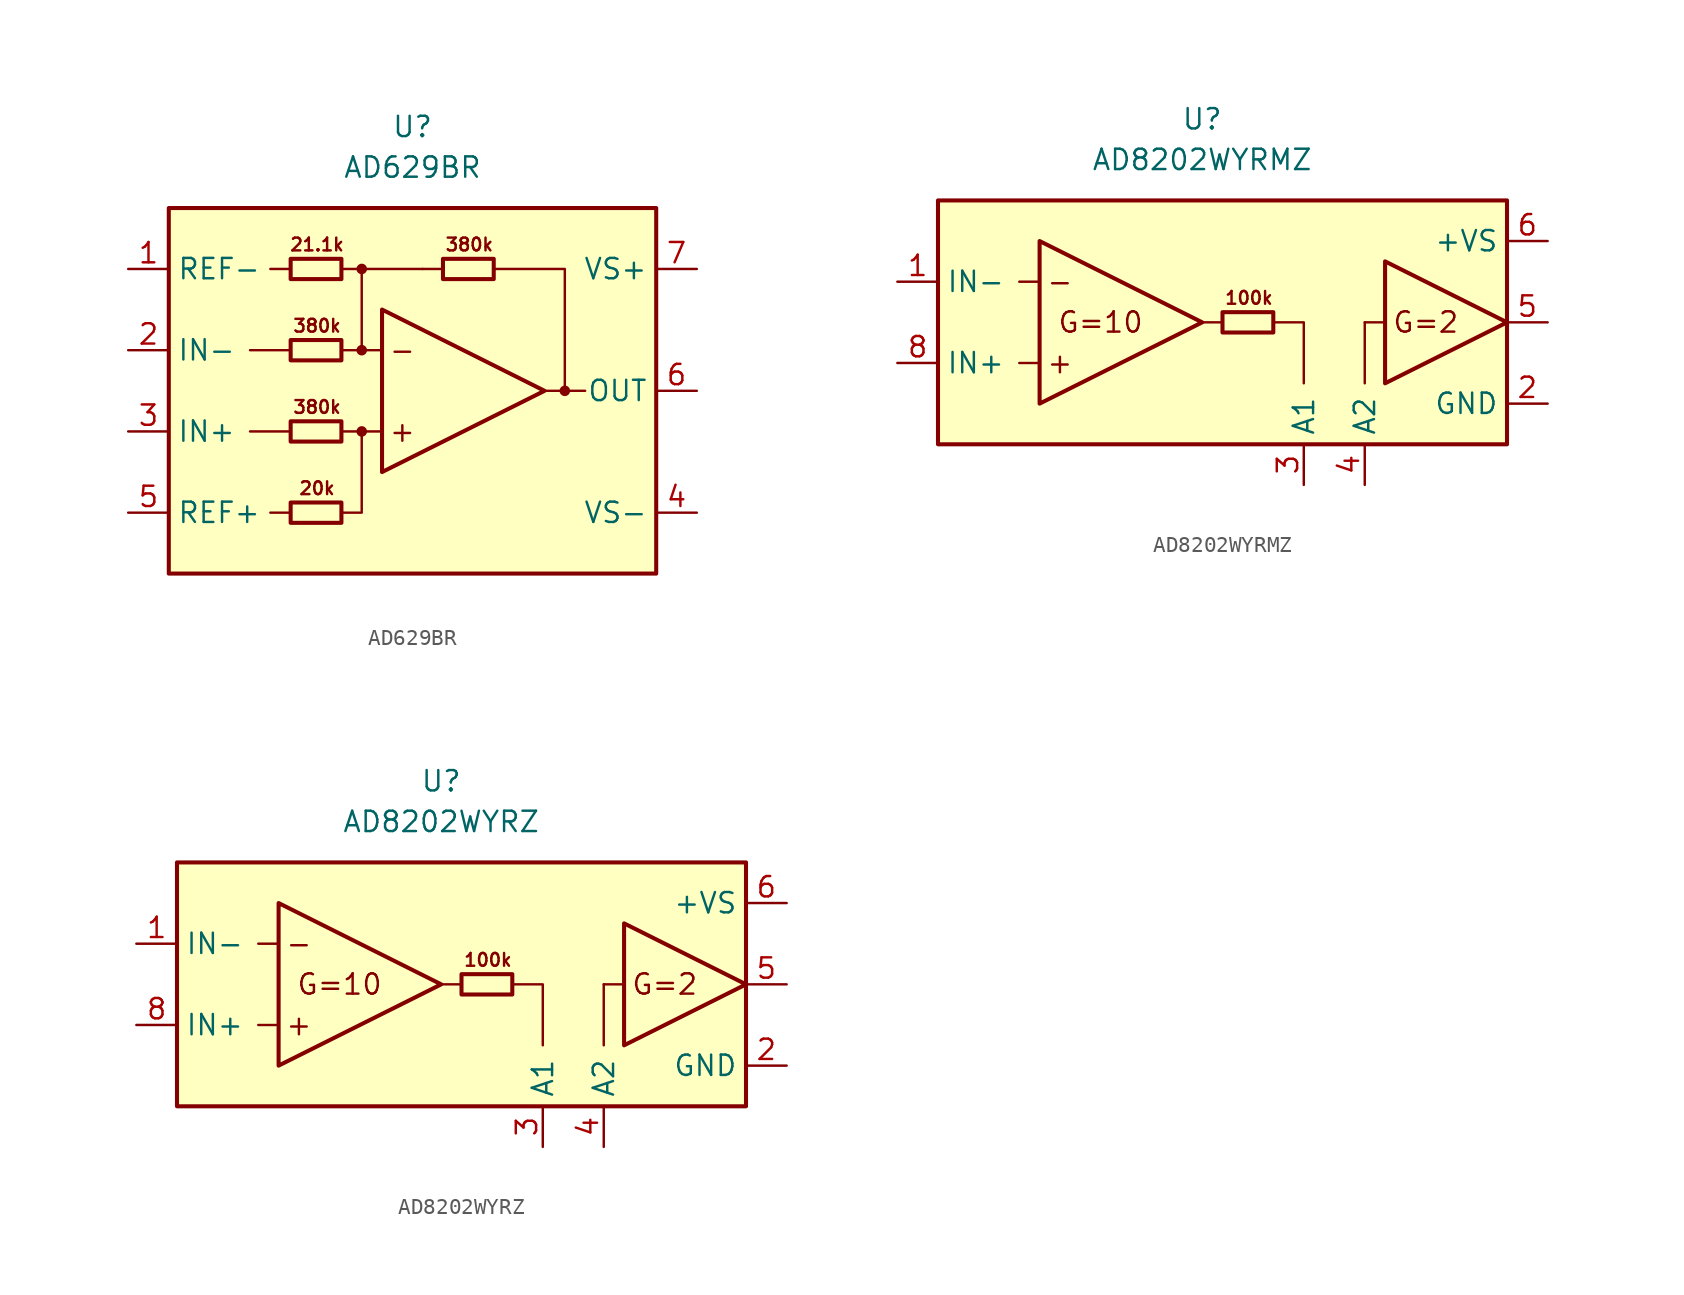
<source format=kicad_sym>
(kicad_symbol_lib
  (version 20211014)
  (generator kicad_symbol_editor)
  (symbol "AD629BR"
    (property "Reference" "U"
      (at 0 16.51 0)
      (effects (font (size 1.27 1.27))))
    (property "Value" "AD629BR"
      (at 0 13.97 0)
      (effects (font (size 1.27 1.27))))
    (symbol "AD629BR_0_0"
      (rectangle (start -15.24 11.43) (end 15.24 -11.43) (stroke (width 0.254) (type default) (color 0 0 0 0)) (fill (type background)))
      (circle (center -3.175 -2.54) (radius 0.254) (stroke (width 0.152) (type default) (color 0 0 0 0)) (fill (type outline)))
      (circle (center -3.175 2.54) (radius 0.254) (stroke (width 0.152) (type default) (color 0 0 0 0)) (fill (type outline)))
      (circle (center -3.175 7.62) (radius 0.254) (stroke (width 0.152) (type default) (color 0 0 0 0)) (fill (type outline)))
      (polyline (pts (xy -7.62 -7.62) (xy -8.89 -7.62)) (stroke (width 0.152) (type default) (color 0 0 0 0)) (fill (type none)))
      (polyline (pts (xy -7.62 -2.54) (xy -10.16 -2.54)) (stroke (width 0.152) (type default) (color 0 0 0 0)) (fill (type none)))
      (polyline (pts (xy -7.62 2.54) (xy -10.16 2.54)) (stroke (width 0.152) (type default) (color 0 0 0 0)) (fill (type none)))
      (polyline (pts (xy -7.62 7.62) (xy -8.89 7.62)) (stroke (width 0.152) (type default) (color 0 0 0 0)) (fill (type none)))
      (polyline (pts (xy -4.445 7.62) (xy 0.635 7.62)) (stroke (width 0.152) (type default) (color 0 0 0 0)) (fill (type none)))
      (polyline (pts (xy -3.175 2.54) (xy -3.175 7.62)) (stroke (width 0.152) (type default) (color 0 0 0 0)) (fill (type none)))
      (polyline (pts (xy -1.905 -2.54) (xy -4.445 -2.54)) (stroke (width 0.152) (type default) (color 0 0 0 0)) (fill (type none)))
      (polyline (pts (xy -1.905 2.54) (xy -4.445 2.54)) (stroke (width 0.152) (type default) (color 0 0 0 0)) (fill (type none)))
      (polyline (pts (xy 1.905 7.62) (xy 0.635 7.62)) (stroke (width 0.152) (type default) (color 0 0 0 0)) (fill (type none)))
      (polyline (pts (xy 9.525 0) (xy 10.795 0)) (stroke (width 0.152) (type default) (color 0 0 0 0)) (fill (type none)))
      (polyline (pts (xy -4.445 -7.62) (xy -3.175 -7.62) (xy -3.175 -2.54)) (stroke (width 0.152) (type default) (color 0 0 0 0)) (fill (type none)))
      (polyline (pts (xy 5.08 7.62) (xy 9.525 7.62) (xy 9.525 0) (xy 8.255 0)) (stroke (width 0.152) (type default) (color 0 0 0 0)) (fill (type none)))
      (circle (center 9.525 0) (radius 0.254) (stroke (width 0.152) (type default) (color 0 0 0 0)) (fill (type outline)))
      (text "+" (at -0.635 -2.54 0) (effects (font (size 1.27 1.27))))
      (text "-" (at -0.635 2.54 0) (effects (font (size 1.27 1.27))))
      (text "20k" (at -5.969 -6.096 0) (effects (font (size 0.8 0.8))))
      (text "21.1k" (at -5.969 9.144 0) (effects (font (size 0.8 0.8))))
      (text "380k" (at -5.969 -1.016 0) (effects (font (size 0.8 0.8))))
      (text "380k" (at -5.969 4.064 0) (effects (font (size 0.8 0.8))))
      (text "380k" (at 3.556 9.144 0) (effects (font (size 0.8 0.8)))))
    (symbol "AD629BR_0_1"
      (rectangle (start -7.62 -6.985) (end -4.445 -8.255) (stroke (width 0.254) (type default) (color 0 0 0 0)) (fill (type none)))
      (rectangle (start -7.62 -1.905) (end -4.445 -3.175) (stroke (width 0.254) (type default) (color 0 0 0 0)) (fill (type none)))
      (rectangle (start -7.62 3.175) (end -4.445 1.905) (stroke (width 0.254) (type default) (color 0 0 0 0)) (fill (type none)))
      (rectangle (start -7.62 8.255) (end -4.445 6.985) (stroke (width 0.254) (type default) (color 0 0 0 0)) (fill (type none)))
      (polyline (pts (xy -1.905 5.08) (xy -1.905 -5.08) (xy 8.255 0) (xy -1.905 5.08)) (stroke (width 0.254) (type default) (color 0 0 0 0)) (fill (type none)))
      (rectangle (start 1.905 8.255) (end 5.08 6.985) (stroke (width 0.254) (type default) (color 0 0 0 0)) (fill (type none))))
    (symbol "AD629BR_1_1"
      (pin input line (at -17.78 7.62 0) (length 2.54) (name "REF-" (effects (font (size 1.27 1.27)))) (number "1" (effects (font (size 1.27 1.27)))))
      (pin input line (at -17.78 2.54 0) (length 2.54) (name "IN-" (effects (font (size 1.27 1.27)))) (number "2" (effects (font (size 1.27 1.27)))))
      (pin input line (at -17.78 -2.54 0) (length 2.54) (name "IN+" (effects (font (size 1.27 1.27)))) (number "3" (effects (font (size 1.27 1.27)))))
      (pin power_in line (at 17.78 -7.62 180) (length 2.54) (name "VS-" (effects (font (size 1.27 1.27)))) (number "4" (effects (font (size 1.27 1.27)))))
      (pin input line (at -17.78 -7.62 0) (length 2.54) (name "REF+" (effects (font (size 1.27 1.27)))) (number "5" (effects (font (size 1.27 1.27)))))
      (pin output line (at 17.78 0 180) (length 2.54) (name "OUT" (effects (font (size 1.27 1.27)))) (number "6" (effects (font (size 1.27 1.27)))))
      (pin power_in line (at 17.78 7.62 180) (length 2.54) (name "VS+" (effects (font (size 1.27 1.27)))) (number "7" (effects (font (size 1.27 1.27)))))
      (pin no_connect line (at 6.35 -7.62 180) (length 2.54) hide (name "NC" (effects (font (size 1.27 1.27)))) (number "8" (effects (font (size 1.27 1.27)))))))
  (symbol "AD8202WYRMZ"
    (property "Reference" "U"
      (at 0 15.24 0)
      (effects (font (size 1.27 1.27))))
    (property "Value" "AD8202WYRMZ"
      (at 0 12.7 0)
      (effects (font (size 1.27 1.27))))
    (symbol "AD8202WYRMZ_0_0"
      (polyline (pts (xy -10.16 0) (xy -11.43 0)) (stroke (width 0.152) (type default) (color 0 0 0 0)) (fill (type none)))
      (polyline (pts (xy -10.16 5.08) (xy -11.43 5.08)) (stroke (width 0.152) (type default) (color 0 0 0 0)) (fill (type none)))
      (polyline (pts (xy 11.43 2.54) (xy 10.16 2.54)) (stroke (width 0.152) (type default) (color 0 0 0 0)) (fill (type none)))
      (text "+" (at -8.89 0 0) (effects (font (size 1.27 1.27))))
      (text "-" (at -8.89 5.08 0) (effects (font (size 1.27 1.27))))
      (text "100k" (at 2.921 4.064 0) (effects (font (size 0.8 0.8))))
      (text "G=10" (at -6.35 2.54 0) (effects (font (size 1.27 1.27))))
      (text "G=2" (at 13.97 2.54 0) (effects (font (size 1.27 1.27)))))
    (symbol "AD8202WYRMZ_0_1"
      (rectangle (start -16.51 10.16) (end 19.05 -5.08) (stroke (width 0.254) (type default) (color 0 0 0 0)) (fill (type background)))
      (polyline (pts (xy 1.27 2.54) (xy 0 2.54)) (stroke (width 0.152) (type default) (color 0 0 0 0)) (fill (type none)))
      (polyline (pts (xy 10.16 2.54) (xy 10.16 -1.27)) (stroke (width 0.152) (type default) (color 0 0 0 0)) (fill (type none)))
      (polyline (pts (xy 4.445 2.54) (xy 6.35 2.54) (xy 6.35 -1.27)) (stroke (width 0.152) (type default) (color 0 0 0 0)) (fill (type none)))
      (polyline (pts (xy -10.16 7.62) (xy -10.16 -2.54) (xy 0 2.54) (xy -10.16 7.62)) (stroke (width 0.254) (type default) (color 0 0 0 0)) (fill (type none)))
      (polyline (pts (xy 11.43 6.35) (xy 11.43 -1.27) (xy 19.05 2.54) (xy 11.43 6.35)) (stroke (width 0.254) (type default) (color 0 0 0 0)) (fill (type none)))
      (rectangle (start 1.27 3.175) (end 4.445 1.905) (stroke (width 0.254) (type default) (color 0 0 0 0)) (fill (type none))))
    (symbol "AD8202WYRMZ_1_1"
      (pin input line (at -19.05 5.08 0) (length 2.54) (name "IN-" (effects (font (size 1.27 1.27)))) (number "1" (effects (font (size 1.27 1.27)))))
      (pin power_in line (at 21.59 -2.54 180) (length 2.54) (name "GND" (effects (font (size 1.27 1.27)))) (number "2" (effects (font (size 1.27 1.27)))))
      (pin passive line (at 6.35 -7.62 90) (length 2.54) (name "A1" (effects (font (size 1.27 1.27)))) (number "3" (effects (font (size 1.27 1.27)))))
      (pin passive line (at 10.16 -7.62 90) (length 2.54) (name "A2" (effects (font (size 1.27 1.27)))) (number "4" (effects (font (size 1.27 1.27)))))
      (pin output line (at 21.59 2.54 180) (length 2.54) (name "~" (effects (font (size 1.27 1.27)))) (number "5" (effects (font (size 1.27 1.27)))))
      (pin power_in line (at 21.59 7.62 180) (length 2.54) (name "+VS" (effects (font (size 1.27 1.27)))) (number "6" (effects (font (size 1.27 1.27)))))
      (pin no_connect line (at -1.27 -3.81 0) (length 2.54) hide (name "NC" (effects (font (size 1.27 1.27)))) (number "7" (effects (font (size 1.27 1.27)))))
      (pin input line (at -19.05 0 0) (length 2.54) (name "IN+" (effects (font (size 1.27 1.27)))) (number "8" (effects (font (size 1.27 1.27)))))))
  (symbol "AD8202WYRZ"
    (property "Reference" "U"
      (at 0 15.24 0)
      (effects (font (size 1.27 1.27))))
    (property "Value" "AD8202WYRZ"
      (at 0 12.7 0)
      (effects (font (size 1.27 1.27))))
    (symbol "AD8202WYRZ_0_0"
      (polyline (pts (xy -10.16 0) (xy -11.43 0)) (stroke (width 0.152) (type default) (color 0 0 0 0)) (fill (type none)))
      (polyline (pts (xy -10.16 5.08) (xy -11.43 5.08)) (stroke (width 0.152) (type default) (color 0 0 0 0)) (fill (type none)))
      (polyline (pts (xy 11.43 2.54) (xy 10.16 2.54)) (stroke (width 0.152) (type default) (color 0 0 0 0)) (fill (type none)))
      (text "+" (at -8.89 0 0) (effects (font (size 1.27 1.27))))
      (text "-" (at -8.89 5.08 0) (effects (font (size 1.27 1.27))))
      (text "100k" (at 2.921 4.064 0) (effects (font (size 0.8 0.8))))
      (text "G=10" (at -6.35 2.54 0) (effects (font (size 1.27 1.27))))
      (text "G=2" (at 13.97 2.54 0) (effects (font (size 1.27 1.27)))))
    (symbol "AD8202WYRZ_0_1"
      (rectangle (start -16.51 10.16) (end 19.05 -5.08) (stroke (width 0.254) (type default) (color 0 0 0 0)) (fill (type background)))
      (polyline (pts (xy 1.27 2.54) (xy 0 2.54)) (stroke (width 0.152) (type default) (color 0 0 0 0)) (fill (type none)))
      (polyline (pts (xy 10.16 2.54) (xy 10.16 -1.27)) (stroke (width 0.152) (type default) (color 0 0 0 0)) (fill (type none)))
      (polyline (pts (xy 4.445 2.54) (xy 6.35 2.54) (xy 6.35 -1.27)) (stroke (width 0.152) (type default) (color 0 0 0 0)) (fill (type none)))
      (polyline (pts (xy -10.16 7.62) (xy -10.16 -2.54) (xy 0 2.54) (xy -10.16 7.62)) (stroke (width 0.254) (type default) (color 0 0 0 0)) (fill (type none)))
      (polyline (pts (xy 11.43 6.35) (xy 11.43 -1.27) (xy 19.05 2.54) (xy 11.43 6.35)) (stroke (width 0.254) (type default) (color 0 0 0 0)) (fill (type none)))
      (rectangle (start 1.27 3.175) (end 4.445 1.905) (stroke (width 0.254) (type default) (color 0 0 0 0)) (fill (type none))))
    (symbol "AD8202WYRZ_1_1"
      (pin input line (at -19.05 5.08 0) (length 2.54) (name "IN-" (effects (font (size 1.27 1.27)))) (number "1" (effects (font (size 1.27 1.27)))))
      (pin power_in line (at 21.59 -2.54 180) (length 2.54) (name "GND" (effects (font (size 1.27 1.27)))) (number "2" (effects (font (size 1.27 1.27)))))
      (pin passive line (at 6.35 -7.62 90) (length 2.54) (name "A1" (effects (font (size 1.27 1.27)))) (number "3" (effects (font (size 1.27 1.27)))))
      (pin passive line (at 10.16 -7.62 90) (length 2.54) (name "A2" (effects (font (size 1.27 1.27)))) (number "4" (effects (font (size 1.27 1.27)))))
      (pin output line (at 21.59 2.54 180) (length 2.54) (name "~" (effects (font (size 1.27 1.27)))) (number "5" (effects (font (size 1.27 1.27)))))
      (pin power_in line (at 21.59 7.62 180) (length 2.54) (name "+VS" (effects (font (size 1.27 1.27)))) (number "6" (effects (font (size 1.27 1.27)))))
      (pin no_connect line (at -1.27 -3.81 0) (length 2.54) hide (name "NC" (effects (font (size 1.27 1.27)))) (number "7" (effects (font (size 1.27 1.27)))))
      (pin input line (at -19.05 0 0) (length 2.54) (name "IN+" (effects (font (size 1.27 1.27)))) (number "8" (effects (font (size 1.27 1.27))))))))
</source>
